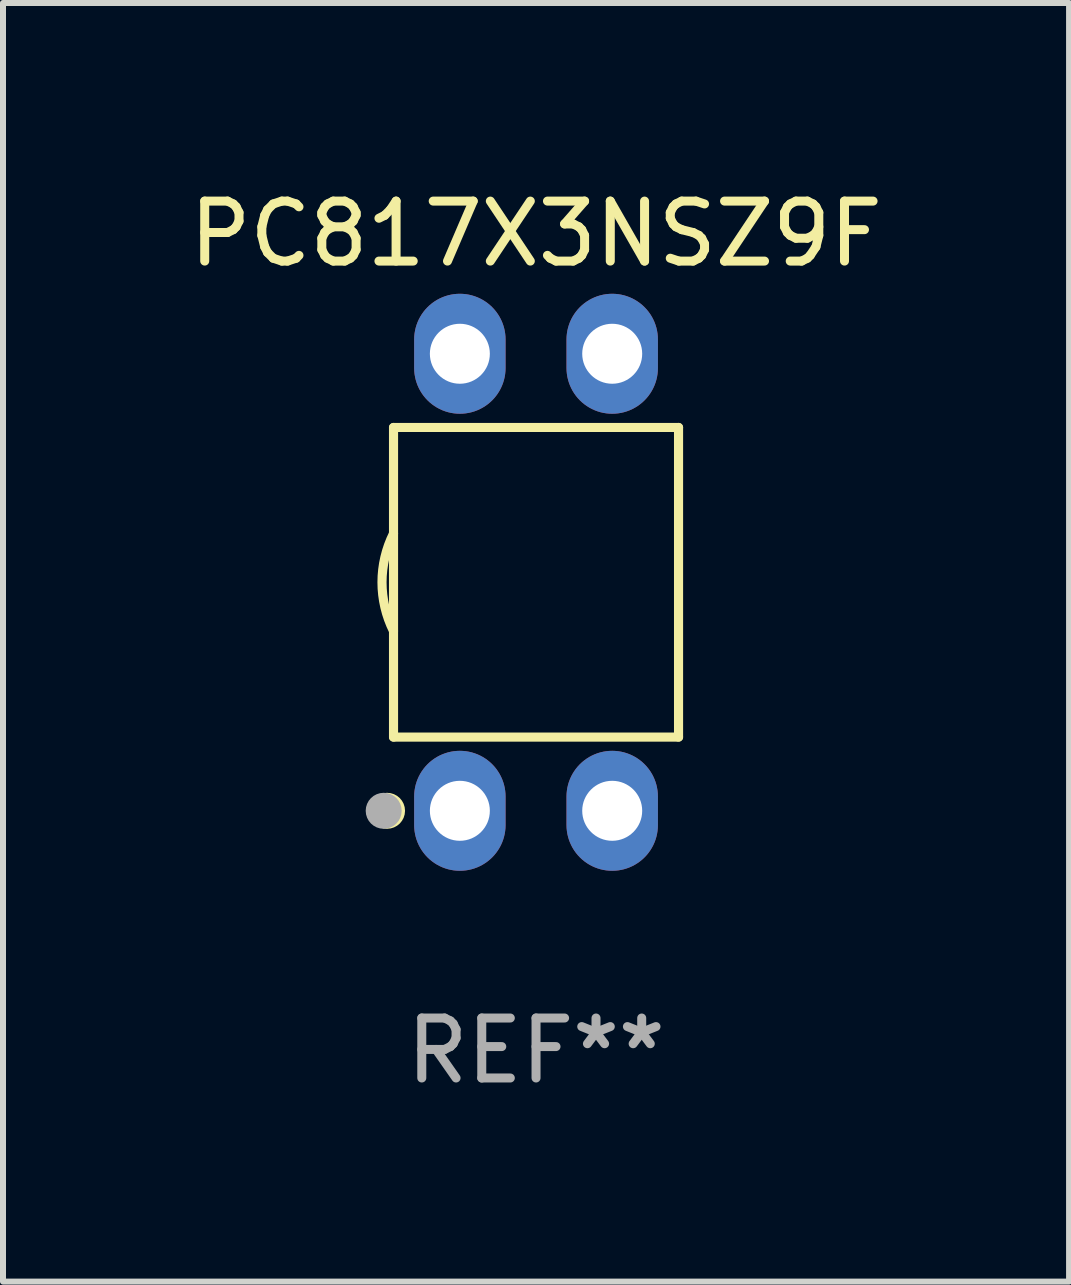
<source format=kicad_pcb>
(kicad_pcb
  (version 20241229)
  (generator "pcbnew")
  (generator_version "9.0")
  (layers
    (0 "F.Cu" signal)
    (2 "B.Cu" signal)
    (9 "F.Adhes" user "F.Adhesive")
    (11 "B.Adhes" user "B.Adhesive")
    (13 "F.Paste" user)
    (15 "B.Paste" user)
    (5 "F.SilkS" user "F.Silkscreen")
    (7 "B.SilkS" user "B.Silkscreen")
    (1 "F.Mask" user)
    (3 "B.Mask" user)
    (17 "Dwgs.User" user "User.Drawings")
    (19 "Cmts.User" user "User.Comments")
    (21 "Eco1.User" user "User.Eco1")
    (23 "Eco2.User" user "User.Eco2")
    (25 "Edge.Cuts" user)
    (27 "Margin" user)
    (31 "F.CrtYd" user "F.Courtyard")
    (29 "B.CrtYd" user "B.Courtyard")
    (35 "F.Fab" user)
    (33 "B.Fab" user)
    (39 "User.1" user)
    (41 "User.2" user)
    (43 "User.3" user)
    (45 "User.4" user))
  (footprint "PC817X3NSZ9F"
    (layer "F.Cu")
    (at 5.887 6.658)
    (property "Reference" "PC817X3NSZ9F" (at 0 -5.81 0) (layer "F.SilkS") (effects (font (size 1 1) (thickness 0.15))))
    (attr through_hole)
    (fp_line (start -2.376 -2.581) (end 2.376 -2.581) (stroke (width 0.152) (type solid)) (layer "F.SilkS"))
    (fp_line (start -2.376 2.581) (end -2.376 -2.581) (stroke (width 0.152) (type solid)) (layer "F.SilkS"))
    (fp_line (start 2.376 -2.581) (end 2.376 2.581) (stroke (width 0.152) (type solid)) (layer "F.SilkS"))
    (fp_line (start 2.376 2.581) (end -2.376 2.581) (stroke (width 0.152) (type solid)) (layer "F.SilkS"))
    (fp_arc (start -2.3762 0.812496) (mid -2.568004 0) (end -2.3762 -0.812497) (stroke (width 0.1524) (type solid)) (layer "F.SilkS"))
    (fp_circle (center -2.484 3.81) (end -2.334 3.81) (stroke (width 0.3) (type solid)) (fill no) (layer "F.SilkS"))
    (fp_circle (center -2.3 3.935) (end -2.27 3.935) (stroke (width 0.06) (type solid)) (fill no) (layer "F.SilkS"))
    (fp_circle (center -2.54 3.81) (end -2.39 3.81) (stroke (width 0.3) (type solid)) (fill no) (layer "F.Fab"))
    (fp_text user "REF**" (at 0 7.81 0) (layer "F.Fab") (effects (font (size 1 1) (thickness 0.15))))
    (pad "1" thru_hole oval (at -1.27 3.81) (size 1.524 2) (drill 1) (layers "*.Cu" "*.Mask"))
    (pad "2" thru_hole oval (at 1.27 3.81) (size 1.524 2) (drill 1) (layers "*.Cu" "*.Mask"))
    (pad "3" thru_hole oval (at 1.27 -3.81) (size 1.524 2) (drill 1) (layers "*.Cu" "*.Mask"))
    (pad "4" thru_hole oval (at -1.27 -3.81) (size 1.524 2) (drill 1) (layers "*.Cu" "*.Mask")))
  (gr_rect
    (start -3 -3)
    (end 14.774 18.317)
    (stroke (width 0.1) (type default))
    (fill no)
    (layer "Edge.Cuts")))
</source>
